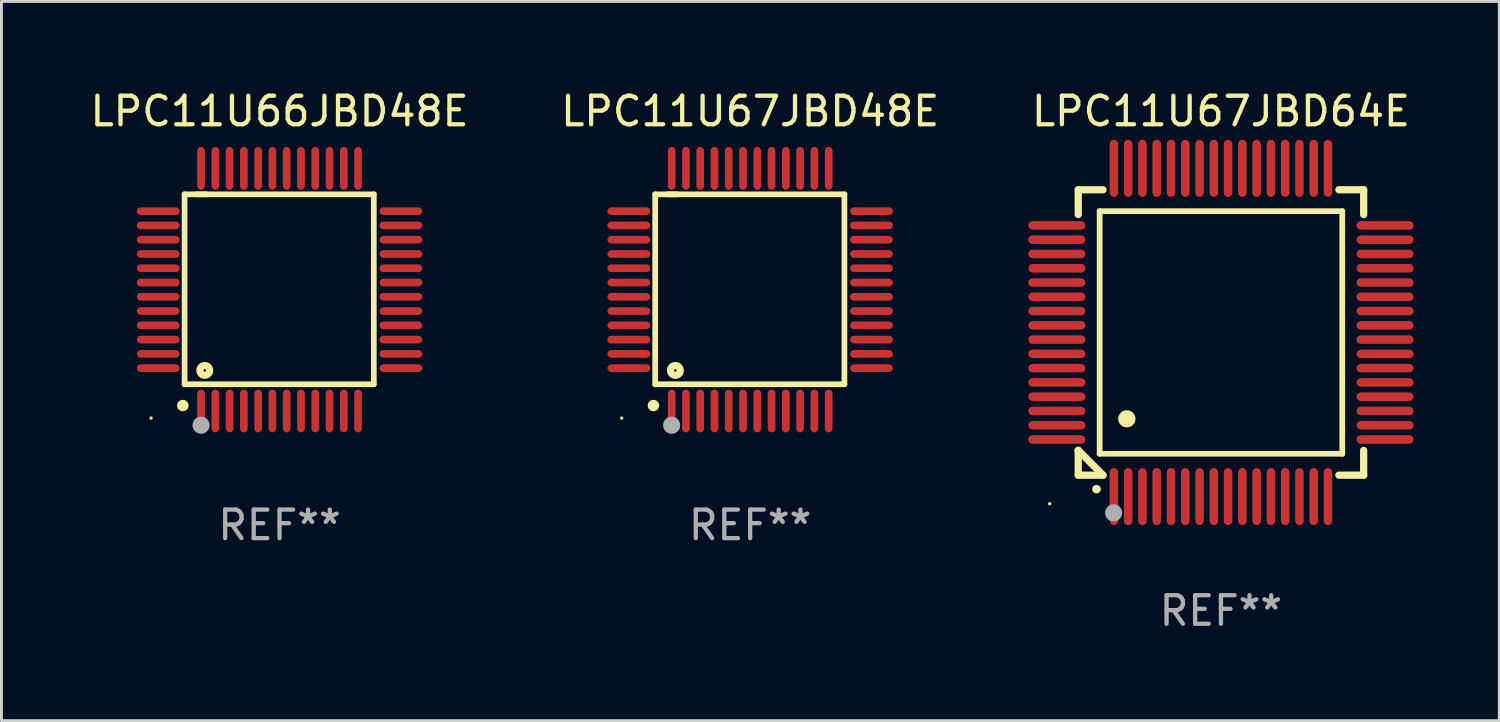
<source format=kicad_pcb>
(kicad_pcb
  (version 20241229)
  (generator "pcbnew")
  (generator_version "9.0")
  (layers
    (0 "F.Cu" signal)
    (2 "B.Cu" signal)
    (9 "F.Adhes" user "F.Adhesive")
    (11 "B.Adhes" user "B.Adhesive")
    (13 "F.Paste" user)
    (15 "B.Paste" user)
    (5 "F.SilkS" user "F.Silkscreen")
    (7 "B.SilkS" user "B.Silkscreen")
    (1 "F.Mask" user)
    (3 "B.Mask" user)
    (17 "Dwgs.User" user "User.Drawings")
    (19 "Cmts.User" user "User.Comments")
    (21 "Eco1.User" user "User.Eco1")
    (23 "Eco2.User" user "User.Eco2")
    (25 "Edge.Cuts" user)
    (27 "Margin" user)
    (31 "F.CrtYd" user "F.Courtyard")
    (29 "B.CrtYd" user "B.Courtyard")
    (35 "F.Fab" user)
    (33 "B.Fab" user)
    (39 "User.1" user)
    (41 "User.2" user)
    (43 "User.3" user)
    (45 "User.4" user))
  (footprint "LPC11U67JBD64E"
    (layer "F.Cu")
    (at 39.726 8.598)
    (property "Reference" "LPC11U67JBD64E" (at 0 -7.75 0) (layer "F.SilkS") (effects (font (size 1 1) (thickness 0.15))))
    (attr through_hole)
    (fp_line (start -5 -5) (end -4.131 -5) (stroke (width 0.254) (type solid)) (layer "F.SilkS"))
    (fp_line (start -5 -4.131) (end -5 -5) (stroke (width 0.254) (type solid)) (layer "F.SilkS"))
    (fp_line (start -5 4.131) (end -5 4.131) (stroke (width 0.254) (type solid)) (layer "F.SilkS"))
    (fp_line (start -5 5) (end -5 4.131) (stroke (width 0.254) (type solid)) (layer "F.SilkS"))
    (fp_line (start -5 4.131) (end -4.131 5) (stroke (width 0.254) (type solid)) (layer "F.SilkS"))
    (fp_line (start -4.25 -4.25) (end -4.25 4.25) (stroke (width 0.2) (type solid)) (layer "F.SilkS"))
    (fp_line (start -4.25 4.25) (end 4.25 4.25) (stroke (width 0.2) (type solid)) (layer "F.SilkS"))
    (fp_line (start -4.131 5) (end -5 5) (stroke (width 0.254) (type solid)) (layer "F.SilkS"))
    (fp_line (start 4.25 -4.25) (end -4.25 -4.25) (stroke (width 0.2) (type solid)) (layer "F.SilkS"))
    (fp_line (start 4.25 4.25) (end 4.25 -4.25) (stroke (width 0.2) (type solid)) (layer "F.SilkS"))
    (fp_line (start 5 -5) (end 4.131 -5) (stroke (width 0.254) (type solid)) (layer "F.SilkS"))
    (fp_line (start 5 -5) (end 5 -4.131) (stroke (width 0.254) (type solid)) (layer "F.SilkS"))
    (fp_line (start 5 4.131) (end 5 5) (stroke (width 0.254) (type solid)) (layer "F.SilkS"))
    (fp_line (start 5 5) (end 4.131 5) (stroke (width 0.254) (type solid)) (layer "F.SilkS"))
    (fp_arc (start -4.361265 5.489992) (mid -4.359995 5.489987) (end -4.358725 5.489992) (stroke (width 0.3) (type solid)) (layer "F.SilkS"))
    (fp_arc (start -3.299467 3.025146) (mid -3.296927 3.025135) (end -3.294387 3.025146) (stroke (width 0.6) (type solid)) (layer "F.SilkS"))
    (fp_circle (center -6 6) (end -5.97 6) (stroke (width 0.06) (type solid)) (fill no) (layer "F.SilkS"))
    (fp_circle (center -3.76 6.32) (end -3.61 6.32) (stroke (width 0.3) (type solid)) (fill no) (layer "F.Fab"))
    (fp_text user "REF**" (at 0 9.75 0) (layer "F.Fab") (effects (font (size 1 1) (thickness 0.15))))
    (pad "1" smd oval (at -3.75 5.75) (size 0.3 2) (layers "F.Cu" "F.Mask" "F.Paste"))
    (pad "2" smd oval (at -3.25 5.75) (size 0.3 2) (layers "F.Cu" "F.Mask" "F.Paste"))
    (pad "3" smd oval (at -2.75 5.75) (size 0.3 2) (layers "F.Cu" "F.Mask" "F.Paste"))
    (pad "4" smd oval (at -2.25 5.75) (size 0.3 2) (layers "F.Cu" "F.Mask" "F.Paste"))
    (pad "5" smd oval (at -1.75 5.75) (size 0.3 2) (layers "F.Cu" "F.Mask" "F.Paste"))
    (pad "6" smd oval (at -1.25 5.75) (size 0.3 2) (layers "F.Cu" "F.Mask" "F.Paste"))
    (pad "7" smd oval (at -0.75 5.75) (size 0.3 2) (layers "F.Cu" "F.Mask" "F.Paste"))
    (pad "8" smd oval (at -0.25 5.75) (size 0.3 2) (layers "F.Cu" "F.Mask" "F.Paste"))
    (pad "9" smd oval (at 0.25 5.75) (size 0.3 2) (layers "F.Cu" "F.Mask" "F.Paste"))
    (pad "10" smd oval (at 0.75 5.75) (size 0.3 2) (layers "F.Cu" "F.Mask" "F.Paste"))
    (pad "11" smd oval (at 1.25 5.75) (size 0.3 2) (layers "F.Cu" "F.Mask" "F.Paste"))
    (pad "12" smd oval (at 1.75 5.75) (size 0.3 2) (layers "F.Cu" "F.Mask" "F.Paste"))
    (pad "13" smd oval (at 2.25 5.75) (size 0.3 2) (layers "F.Cu" "F.Mask" "F.Paste"))
    (pad "14" smd oval (at 2.75 5.75) (size 0.3 2) (layers "F.Cu" "F.Mask" "F.Paste"))
    (pad "15" smd oval (at 3.25 5.75) (size 0.3 2) (layers "F.Cu" "F.Mask" "F.Paste"))
    (pad "16" smd oval (at 3.75 5.75) (size 0.3 2) (layers "F.Cu" "F.Mask" "F.Paste"))
    (pad "17" smd oval (at 5.75 3.75) (size 2 0.3) (layers "F.Cu" "F.Mask" "F.Paste"))
    (pad "18" smd oval (at 5.75 3.25) (size 2 0.3) (layers "F.Cu" "F.Mask" "F.Paste"))
    (pad "19" smd oval (at 5.75 2.75) (size 2 0.3) (layers "F.Cu" "F.Mask" "F.Paste"))
    (pad "20" smd oval (at 5.75 2.25) (size 2 0.3) (layers "F.Cu" "F.Mask" "F.Paste"))
    (pad "21" smd oval (at 5.75 1.75) (size 2 0.3) (layers "F.Cu" "F.Mask" "F.Paste"))
    (pad "22" smd oval (at 5.75 1.25) (size 2 0.3) (layers "F.Cu" "F.Mask" "F.Paste"))
    (pad "23" smd oval (at 5.75 0.75) (size 2 0.3) (layers "F.Cu" "F.Mask" "F.Paste"))
    (pad "24" smd oval (at 5.75 0.25) (size 2 0.3) (layers "F.Cu" "F.Mask" "F.Paste"))
    (pad "25" smd oval (at 5.75 -0.25) (size 2 0.3) (layers "F.Cu" "F.Mask" "F.Paste"))
    (pad "26" smd oval (at 5.75 -0.75) (size 2 0.3) (layers "F.Cu" "F.Mask" "F.Paste"))
    (pad "27" smd oval (at 5.75 -1.25) (size 2 0.3) (layers "F.Cu" "F.Mask" "F.Paste"))
    (pad "28" smd oval (at 5.75 -1.75) (size 2 0.3) (layers "F.Cu" "F.Mask" "F.Paste"))
    (pad "29" smd oval (at 5.75 -2.25) (size 2 0.3) (layers "F.Cu" "F.Mask" "F.Paste"))
    (pad "30" smd oval (at 5.75 -2.75) (size 2 0.3) (layers "F.Cu" "F.Mask" "F.Paste"))
    (pad "31" smd oval (at 5.75 -3.25) (size 2 0.3) (layers "F.Cu" "F.Mask" "F.Paste"))
    (pad "32" smd oval (at 5.75 -3.75) (size 2 0.3) (layers "F.Cu" "F.Mask" "F.Paste"))
    (pad "33" smd oval (at 3.75 -5.75) (size 0.3 2) (layers "F.Cu" "F.Mask" "F.Paste"))
    (pad "34" smd oval (at 3.25 -5.75) (size 0.3 2) (layers "F.Cu" "F.Mask" "F.Paste"))
    (pad "35" smd oval (at 2.75 -5.75) (size 0.3 2) (layers "F.Cu" "F.Mask" "F.Paste"))
    (pad "36" smd oval (at 2.25 -5.75) (size 0.3 2) (layers "F.Cu" "F.Mask" "F.Paste"))
    (pad "37" smd oval (at 1.75 -5.75) (size 0.3 2) (layers "F.Cu" "F.Mask" "F.Paste"))
    (pad "38" smd oval (at 1.25 -5.75) (size 0.3 2) (layers "F.Cu" "F.Mask" "F.Paste"))
    (pad "39" smd oval (at 0.75 -5.75) (size 0.3 2) (layers "F.Cu" "F.Mask" "F.Paste"))
    (pad "40" smd oval (at 0.25 -5.75) (size 0.3 2) (layers "F.Cu" "F.Mask" "F.Paste"))
    (pad "41" smd oval (at -0.25 -5.75) (size 0.3 2) (layers "F.Cu" "F.Mask" "F.Paste"))
    (pad "42" smd oval (at -0.75 -5.75) (size 0.3 2) (layers "F.Cu" "F.Mask" "F.Paste"))
    (pad "43" smd oval (at -1.25 -5.75) (size 0.3 2) (layers "F.Cu" "F.Mask" "F.Paste"))
    (pad "44" smd oval (at -1.75 -5.75) (size 0.3 2) (layers "F.Cu" "F.Mask" "F.Paste"))
    (pad "45" smd oval (at -2.25 -5.75) (size 0.3 2) (layers "F.Cu" "F.Mask" "F.Paste"))
    (pad "46" smd oval (at -2.75 -5.75) (size 0.3 2) (layers "F.Cu" "F.Mask" "F.Paste"))
    (pad "47" smd oval (at -3.25 -5.75) (size 0.3 2) (layers "F.Cu" "F.Mask" "F.Paste"))
    (pad "48" smd oval (at -3.75 -5.75) (size 0.3 2) (layers "F.Cu" "F.Mask" "F.Paste"))
    (pad "49" smd oval (at -5.75 -3.75) (size 2 0.3) (layers "F.Cu" "F.Mask" "F.Paste"))
    (pad "50" smd oval (at -5.75 -3.25) (size 2 0.3) (layers "F.Cu" "F.Mask" "F.Paste"))
    (pad "51" smd oval (at -5.75 -2.75) (size 2 0.3) (layers "F.Cu" "F.Mask" "F.Paste"))
    (pad "52" smd oval (at -5.75 -2.25) (size 2 0.3) (layers "F.Cu" "F.Mask" "F.Paste"))
    (pad "53" smd oval (at -5.75 -1.75) (size 2 0.3) (layers "F.Cu" "F.Mask" "F.Paste"))
    (pad "54" smd oval (at -5.75 -1.25) (size 2 0.3) (layers "F.Cu" "F.Mask" "F.Paste"))
    (pad "55" smd oval (at -5.75 -0.75) (size 2 0.3) (layers "F.Cu" "F.Mask" "F.Paste"))
    (pad "56" smd oval (at -5.75 -0.25) (size 2 0.3) (layers "F.Cu" "F.Mask" "F.Paste"))
    (pad "57" smd oval (at -5.75 0.25) (size 2 0.3) (layers "F.Cu" "F.Mask" "F.Paste"))
    (pad "58" smd oval (at -5.75 0.75) (size 2 0.3) (layers "F.Cu" "F.Mask" "F.Paste"))
    (pad "59" smd oval (at -5.75 1.25) (size 2 0.3) (layers "F.Cu" "F.Mask" "F.Paste"))
    (pad "60" smd oval (at -5.75 1.75) (size 2 0.3) (layers "F.Cu" "F.Mask" "F.Paste"))
    (pad "61" smd oval (at -5.75 2.25) (size 2 0.3) (layers "F.Cu" "F.Mask" "F.Paste"))
    (pad "62" smd oval (at -5.75 2.75) (size 2 0.3) (layers "F.Cu" "F.Mask" "F.Paste"))
    (pad "63" smd oval (at -5.75 3.25) (size 2 0.3) (layers "F.Cu" "F.Mask" "F.Paste"))
    (pad "64" smd oval (at -5.75 3.75) (size 2 0.3) (layers "F.Cu" "F.Mask" "F.Paste")))
  (footprint "LPC11U67JBD48E"
    (layer "F.Cu")
    (at 23.232 7.098)
    (property "Reference" "LPC11U67JBD48E" (at 0 -6.25 0) (layer "F.SilkS") (effects (font (size 1 1) (thickness 0.15))))
    (attr through_hole)
    (fp_line (start -3.327 -3.34) (end -2.565 -3.34) (stroke (width 0.2) (type solid)) (layer "F.SilkS"))
    (fp_line (start -3.327 3.315) (end -3.327 -3.34) (stroke (width 0.2) (type solid)) (layer "F.SilkS"))
    (fp_line (start -2.896 -3.34) (end 3.302 -3.34) (stroke (width 0.2) (type solid)) (layer "F.SilkS"))
    (fp_line (start 3.302 -3.34) (end 3.302 3.315) (stroke (width 0.2) (type solid)) (layer "F.SilkS"))
    (fp_line (start 3.302 3.315) (end -3.327 3.315) (stroke (width 0.2) (type solid)) (layer "F.SilkS"))
    (fp_arc (start -3.389992 4.059995) (mid -3.388722 4.059991) (end -3.387452 4.059995) (stroke (width 0.4) (type solid)) (layer "F.SilkS"))
    (fp_circle (center -4.5 4.5) (end -4.47 4.5) (stroke (width 0.06) (type solid)) (fill no) (layer "F.SilkS"))
    (fp_circle (center -2.62 2.83) (end -2.45 2.83) (stroke (width 0.254) (type solid)) (fill no) (layer "F.SilkS"))
    (fp_circle (center -2.75 4.75) (end -2.6 4.75) (stroke (width 0.3) (type solid)) (fill no) (layer "F.Fab"))
    (fp_text user "REF**" (at 0 8.25 0) (layer "F.Fab") (effects (font (size 1 1) (thickness 0.15))))
    (pad "1" smd oval (at -2.75 4.25) (size 0.27 1.5) (layers "F.Cu" "F.Mask" "F.Paste"))
    (pad "2" smd oval (at -2.25 4.25) (size 0.27 1.5) (layers "F.Cu" "F.Mask" "F.Paste"))
    (pad "3" smd oval (at -1.75 4.25) (size 0.27 1.5) (layers "F.Cu" "F.Mask" "F.Paste"))
    (pad "4" smd oval (at -1.25 4.25) (size 0.27 1.5) (layers "F.Cu" "F.Mask" "F.Paste"))
    (pad "5" smd oval (at -0.75 4.25) (size 0.27 1.5) (layers "F.Cu" "F.Mask" "F.Paste"))
    (pad "6" smd oval (at -0.25 4.25) (size 0.27 1.5) (layers "F.Cu" "F.Mask" "F.Paste"))
    (pad "7" smd oval (at 0.25 4.25) (size 0.27 1.5) (layers "F.Cu" "F.Mask" "F.Paste"))
    (pad "8" smd oval (at 0.75 4.25) (size 0.27 1.5) (layers "F.Cu" "F.Mask" "F.Paste"))
    (pad "9" smd oval (at 1.25 4.25) (size 0.27 1.5) (layers "F.Cu" "F.Mask" "F.Paste"))
    (pad "10" smd oval (at 1.75 4.25) (size 0.27 1.5) (layers "F.Cu" "F.Mask" "F.Paste"))
    (pad "11" smd oval (at 2.25 4.25) (size 0.27 1.5) (layers "F.Cu" "F.Mask" "F.Paste"))
    (pad "12" smd oval (at 2.75 4.25) (size 0.27 1.5) (layers "F.Cu" "F.Mask" "F.Paste"))
    (pad "13" smd oval (at 4.25 2.75) (size 1.5 0.27) (layers "F.Cu" "F.Mask" "F.Paste"))
    (pad "14" smd oval (at 4.25 2.25) (size 1.5 0.27) (layers "F.Cu" "F.Mask" "F.Paste"))
    (pad "15" smd oval (at 4.25 1.75) (size 1.5 0.27) (layers "F.Cu" "F.Mask" "F.Paste"))
    (pad "16" smd oval (at 4.25 1.25) (size 1.5 0.27) (layers "F.Cu" "F.Mask" "F.Paste"))
    (pad "17" smd oval (at 4.25 0.75) (size 1.5 0.27) (layers "F.Cu" "F.Mask" "F.Paste"))
    (pad "18" smd oval (at 4.25 0.25) (size 1.5 0.27) (layers "F.Cu" "F.Mask" "F.Paste"))
    (pad "19" smd oval (at 4.25 -0.25) (size 1.5 0.27) (layers "F.Cu" "F.Mask" "F.Paste"))
    (pad "20" smd oval (at 4.25 -0.75) (size 1.5 0.27) (layers "F.Cu" "F.Mask" "F.Paste"))
    (pad "21" smd oval (at 4.25 -1.25) (size 1.5 0.27) (layers "F.Cu" "F.Mask" "F.Paste"))
    (pad "22" smd oval (at 4.25 -1.75) (size 1.5 0.27) (layers "F.Cu" "F.Mask" "F.Paste"))
    (pad "23" smd oval (at 4.25 -2.25) (size 1.5 0.27) (layers "F.Cu" "F.Mask" "F.Paste"))
    (pad "24" smd oval (at 4.25 -2.75) (size 1.5 0.27) (layers "F.Cu" "F.Mask" "F.Paste"))
    (pad "25" smd oval (at 2.75 -4.25) (size 0.27 1.5) (layers "F.Cu" "F.Mask" "F.Paste"))
    (pad "26" smd oval (at 2.25 -4.25) (size 0.27 1.5) (layers "F.Cu" "F.Mask" "F.Paste"))
    (pad "27" smd oval (at 1.75 -4.25) (size 0.27 1.5) (layers "F.Cu" "F.Mask" "F.Paste"))
    (pad "28" smd oval (at 1.25 -4.25) (size 0.27 1.5) (layers "F.Cu" "F.Mask" "F.Paste"))
    (pad "29" smd oval (at 0.75 -4.25) (size 0.27 1.5) (layers "F.Cu" "F.Mask" "F.Paste"))
    (pad "30" smd oval (at 0.25 -4.25) (size 0.27 1.5) (layers "F.Cu" "F.Mask" "F.Paste"))
    (pad "31" smd oval (at -0.25 -4.25) (size 0.27 1.5) (layers "F.Cu" "F.Mask" "F.Paste"))
    (pad "32" smd oval (at -0.75 -4.25) (size 0.27 1.5) (layers "F.Cu" "F.Mask" "F.Paste"))
    (pad "33" smd oval (at -1.25 -4.25) (size 0.27 1.5) (layers "F.Cu" "F.Mask" "F.Paste"))
    (pad "34" smd oval (at -1.75 -4.25) (size 0.27 1.5) (layers "F.Cu" "F.Mask" "F.Paste"))
    (pad "35" smd oval (at -2.25 -4.25) (size 0.27 1.5) (layers "F.Cu" "F.Mask" "F.Paste"))
    (pad "36" smd oval (at -2.75 -4.25) (size 0.27 1.5) (layers "F.Cu" "F.Mask" "F.Paste"))
    (pad "37" smd oval (at -4.25 -2.75) (size 1.5 0.27) (layers "F.Cu" "F.Mask" "F.Paste"))
    (pad "38" smd oval (at -4.25 -2.25) (size 1.5 0.27) (layers "F.Cu" "F.Mask" "F.Paste"))
    (pad "39" smd oval (at -4.25 -1.75) (size 1.5 0.27) (layers "F.Cu" "F.Mask" "F.Paste"))
    (pad "40" smd oval (at -4.25 -1.25) (size 1.5 0.27) (layers "F.Cu" "F.Mask" "F.Paste"))
    (pad "41" smd oval (at -4.25 -0.75) (size 1.5 0.27) (layers "F.Cu" "F.Mask" "F.Paste"))
    (pad "42" smd oval (at -4.25 -0.25) (size 1.5 0.27) (layers "F.Cu" "F.Mask" "F.Paste"))
    (pad "43" smd oval (at -4.25 0.25) (size 1.5 0.27) (layers "F.Cu" "F.Mask" "F.Paste"))
    (pad "44" smd oval (at -4.25 0.75) (size 1.5 0.27) (layers "F.Cu" "F.Mask" "F.Paste"))
    (pad "45" smd oval (at -4.25 1.25) (size 1.5 0.27) (layers "F.Cu" "F.Mask" "F.Paste"))
    (pad "46" smd oval (at -4.25 1.75) (size 1.5 0.27) (layers "F.Cu" "F.Mask" "F.Paste"))
    (pad "47" smd oval (at -4.25 2.25) (size 1.5 0.27) (layers "F.Cu" "F.Mask" "F.Paste"))
    (pad "48" smd oval (at -4.25 2.75) (size 1.5 0.27) (layers "F.Cu" "F.Mask" "F.Paste")))
  (footprint "LPC11U66JBD48E"
    (layer "F.Cu")
    (at 6.744 7.098)
    (property "Reference" "LPC11U66JBD48E" (at 0 -6.25 0) (layer "F.SilkS") (effects (font (size 1 1) (thickness 0.15))))
    (attr through_hole)
    (fp_line (start -3.327 -3.34) (end -2.565 -3.34) (stroke (width 0.2) (type solid)) (layer "F.SilkS"))
    (fp_line (start -3.327 3.315) (end -3.327 -3.34) (stroke (width 0.2) (type solid)) (layer "F.SilkS"))
    (fp_line (start -2.896 -3.34) (end 3.302 -3.34) (stroke (width 0.2) (type solid)) (layer "F.SilkS"))
    (fp_line (start 3.302 -3.34) (end 3.302 3.315) (stroke (width 0.2) (type solid)) (layer "F.SilkS"))
    (fp_line (start 3.302 3.315) (end -3.327 3.315) (stroke (width 0.2) (type solid)) (layer "F.SilkS"))
    (fp_arc (start -3.389992 4.059995) (mid -3.388722 4.059991) (end -3.387452 4.059995) (stroke (width 0.4) (type solid)) (layer "F.SilkS"))
    (fp_circle (center -4.5 4.5) (end -4.47 4.5) (stroke (width 0.06) (type solid)) (fill no) (layer "F.SilkS"))
    (fp_circle (center -2.62 2.83) (end -2.45 2.83) (stroke (width 0.254) (type solid)) (fill no) (layer "F.SilkS"))
    (fp_circle (center -2.75 4.75) (end -2.6 4.75) (stroke (width 0.3) (type solid)) (fill no) (layer "F.Fab"))
    (fp_text user "REF**" (at 0 8.25 0) (layer "F.Fab") (effects (font (size 1 1) (thickness 0.15))))
    (pad "1" smd oval (at -2.75 4.25) (size 0.27 1.5) (layers "F.Cu" "F.Mask" "F.Paste"))
    (pad "2" smd oval (at -2.25 4.25) (size 0.27 1.5) (layers "F.Cu" "F.Mask" "F.Paste"))
    (pad "3" smd oval (at -1.75 4.25) (size 0.27 1.5) (layers "F.Cu" "F.Mask" "F.Paste"))
    (pad "4" smd oval (at -1.25 4.25) (size 0.27 1.5) (layers "F.Cu" "F.Mask" "F.Paste"))
    (pad "5" smd oval (at -0.75 4.25) (size 0.27 1.5) (layers "F.Cu" "F.Mask" "F.Paste"))
    (pad "6" smd oval (at -0.25 4.25) (size 0.27 1.5) (layers "F.Cu" "F.Mask" "F.Paste"))
    (pad "7" smd oval (at 0.25 4.25) (size 0.27 1.5) (layers "F.Cu" "F.Mask" "F.Paste"))
    (pad "8" smd oval (at 0.75 4.25) (size 0.27 1.5) (layers "F.Cu" "F.Mask" "F.Paste"))
    (pad "9" smd oval (at 1.25 4.25) (size 0.27 1.5) (layers "F.Cu" "F.Mask" "F.Paste"))
    (pad "10" smd oval (at 1.75 4.25) (size 0.27 1.5) (layers "F.Cu" "F.Mask" "F.Paste"))
    (pad "11" smd oval (at 2.25 4.25) (size 0.27 1.5) (layers "F.Cu" "F.Mask" "F.Paste"))
    (pad "12" smd oval (at 2.75 4.25) (size 0.27 1.5) (layers "F.Cu" "F.Mask" "F.Paste"))
    (pad "13" smd oval (at 4.25 2.75) (size 1.5 0.27) (layers "F.Cu" "F.Mask" "F.Paste"))
    (pad "14" smd oval (at 4.25 2.25) (size 1.5 0.27) (layers "F.Cu" "F.Mask" "F.Paste"))
    (pad "15" smd oval (at 4.25 1.75) (size 1.5 0.27) (layers "F.Cu" "F.Mask" "F.Paste"))
    (pad "16" smd oval (at 4.25 1.25) (size 1.5 0.27) (layers "F.Cu" "F.Mask" "F.Paste"))
    (pad "17" smd oval (at 4.25 0.75) (size 1.5 0.27) (layers "F.Cu" "F.Mask" "F.Paste"))
    (pad "18" smd oval (at 4.25 0.25) (size 1.5 0.27) (layers "F.Cu" "F.Mask" "F.Paste"))
    (pad "19" smd oval (at 4.25 -0.25) (size 1.5 0.27) (layers "F.Cu" "F.Mask" "F.Paste"))
    (pad "20" smd oval (at 4.25 -0.75) (size 1.5 0.27) (layers "F.Cu" "F.Mask" "F.Paste"))
    (pad "21" smd oval (at 4.25 -1.25) (size 1.5 0.27) (layers "F.Cu" "F.Mask" "F.Paste"))
    (pad "22" smd oval (at 4.25 -1.75) (size 1.5 0.27) (layers "F.Cu" "F.Mask" "F.Paste"))
    (pad "23" smd oval (at 4.25 -2.25) (size 1.5 0.27) (layers "F.Cu" "F.Mask" "F.Paste"))
    (pad "24" smd oval (at 4.25 -2.75) (size 1.5 0.27) (layers "F.Cu" "F.Mask" "F.Paste"))
    (pad "25" smd oval (at 2.75 -4.25) (size 0.27 1.5) (layers "F.Cu" "F.Mask" "F.Paste"))
    (pad "26" smd oval (at 2.25 -4.25) (size 0.27 1.5) (layers "F.Cu" "F.Mask" "F.Paste"))
    (pad "27" smd oval (at 1.75 -4.25) (size 0.27 1.5) (layers "F.Cu" "F.Mask" "F.Paste"))
    (pad "28" smd oval (at 1.25 -4.25) (size 0.27 1.5) (layers "F.Cu" "F.Mask" "F.Paste"))
    (pad "29" smd oval (at 0.75 -4.25) (size 0.27 1.5) (layers "F.Cu" "F.Mask" "F.Paste"))
    (pad "30" smd oval (at 0.25 -4.25) (size 0.27 1.5) (layers "F.Cu" "F.Mask" "F.Paste"))
    (pad "31" smd oval (at -0.25 -4.25) (size 0.27 1.5) (layers "F.Cu" "F.Mask" "F.Paste"))
    (pad "32" smd oval (at -0.75 -4.25) (size 0.27 1.5) (layers "F.Cu" "F.Mask" "F.Paste"))
    (pad "33" smd oval (at -1.25 -4.25) (size 0.27 1.5) (layers "F.Cu" "F.Mask" "F.Paste"))
    (pad "34" smd oval (at -1.75 -4.25) (size 0.27 1.5) (layers "F.Cu" "F.Mask" "F.Paste"))
    (pad "35" smd oval (at -2.25 -4.25) (size 0.27 1.5) (layers "F.Cu" "F.Mask" "F.Paste"))
    (pad "36" smd oval (at -2.75 -4.25) (size 0.27 1.5) (layers "F.Cu" "F.Mask" "F.Paste"))
    (pad "37" smd oval (at -4.25 -2.75) (size 1.5 0.27) (layers "F.Cu" "F.Mask" "F.Paste"))
    (pad "38" smd oval (at -4.25 -2.25) (size 1.5 0.27) (layers "F.Cu" "F.Mask" "F.Paste"))
    (pad "39" smd oval (at -4.25 -1.75) (size 1.5 0.27) (layers "F.Cu" "F.Mask" "F.Paste"))
    (pad "40" smd oval (at -4.25 -1.25) (size 1.5 0.27) (layers "F.Cu" "F.Mask" "F.Paste"))
    (pad "41" smd oval (at -4.25 -0.75) (size 1.5 0.27) (layers "F.Cu" "F.Mask" "F.Paste"))
    (pad "42" smd oval (at -4.25 -0.25) (size 1.5 0.27) (layers "F.Cu" "F.Mask" "F.Paste"))
    (pad "43" smd oval (at -4.25 0.25) (size 1.5 0.27) (layers "F.Cu" "F.Mask" "F.Paste"))
    (pad "44" smd oval (at -4.25 0.75) (size 1.5 0.27) (layers "F.Cu" "F.Mask" "F.Paste"))
    (pad "45" smd oval (at -4.25 1.25) (size 1.5 0.27) (layers "F.Cu" "F.Mask" "F.Paste"))
    (pad "46" smd oval (at -4.25 1.75) (size 1.5 0.27) (layers "F.Cu" "F.Mask" "F.Paste"))
    (pad "47" smd oval (at -4.25 2.25) (size 1.5 0.27) (layers "F.Cu" "F.Mask" "F.Paste"))
    (pad "48" smd oval (at -4.25 2.75) (size 1.5 0.27) (layers "F.Cu" "F.Mask" "F.Paste")))
  (gr_rect
    (start -3 -3)
    (end 49.476 22.196)
    (stroke (width 0.1) (type default))
    (fill no)
    (layer "Edge.Cuts")))
</source>
